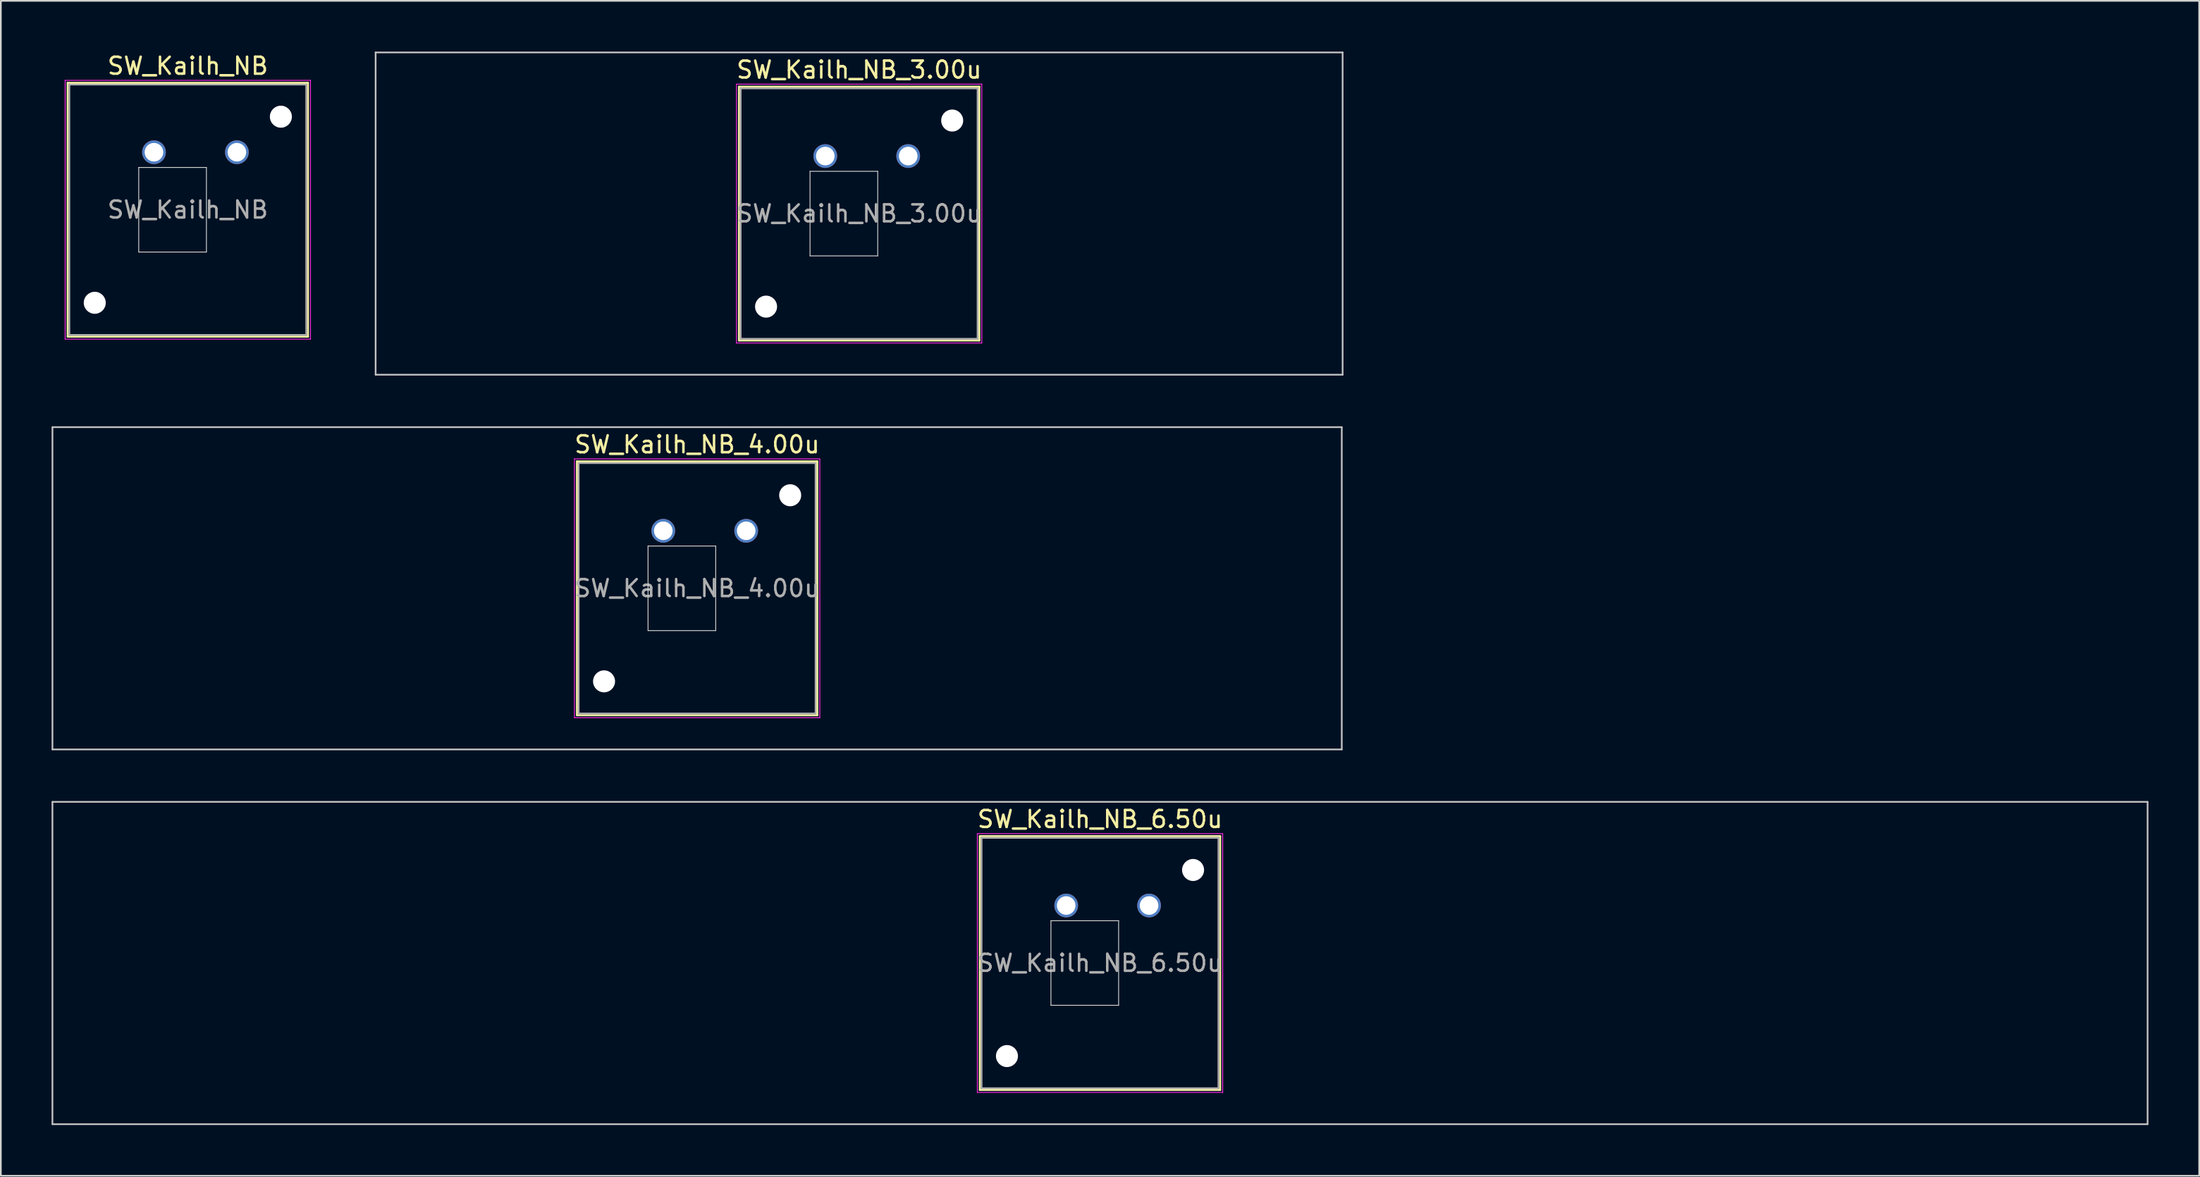
<source format=kicad_pcb>
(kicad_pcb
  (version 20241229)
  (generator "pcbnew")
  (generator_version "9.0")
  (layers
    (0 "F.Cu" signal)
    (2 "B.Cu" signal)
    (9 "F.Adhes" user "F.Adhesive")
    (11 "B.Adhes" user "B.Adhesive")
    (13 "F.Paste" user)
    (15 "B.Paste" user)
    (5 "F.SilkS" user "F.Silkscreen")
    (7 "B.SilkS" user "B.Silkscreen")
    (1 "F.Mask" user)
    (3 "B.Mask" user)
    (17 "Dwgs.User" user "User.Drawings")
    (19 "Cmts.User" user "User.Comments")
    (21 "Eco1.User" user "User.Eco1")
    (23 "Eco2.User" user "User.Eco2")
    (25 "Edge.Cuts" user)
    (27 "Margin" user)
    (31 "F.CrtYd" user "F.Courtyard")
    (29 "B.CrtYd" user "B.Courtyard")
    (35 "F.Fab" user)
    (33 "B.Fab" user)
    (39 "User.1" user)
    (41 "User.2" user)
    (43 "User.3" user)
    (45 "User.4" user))
  (footprint "SW_Kailh_NB"
    (layer "F.Cu")
    (at 8.05 9.348)
    (property "Reference" "SW_Kailh_NB" (at 0 -8.5 0) (layer "F.SilkS") (effects (font (size 1 1) (thickness 0.15))))
    (attr through_hole)
    (fp_line (start -7.1 -7.5) (end -7.1 7.5) (stroke (width 0.12) (type solid)) (layer "F.SilkS"))
    (fp_line (start -7.1 7.5) (end 7.1 7.5) (stroke (width 0.12) (type solid)) (layer "F.SilkS"))
    (fp_line (start 7.1 -7.5) (end -7.1 -7.5) (stroke (width 0.12) (type solid)) (layer "F.SilkS"))
    (fp_line (start 7.1 7.5) (end 7.1 -7.5) (stroke (width 0.12) (type solid)) (layer "F.SilkS"))
    (fp_line (start -8 -8) (end -8 8) (stroke (width 0.1) (type solid)) (layer "Eco1.User"))
    (fp_line (start -8 8) (end 8 8) (stroke (width 0.1) (type solid)) (layer "Eco1.User"))
    (fp_line (start 8 -8) (end -8 -8) (stroke (width 0.1) (type solid)) (layer "Eco1.User"))
    (fp_line (start 8 8) (end 8 -8) (stroke (width 0.1) (type solid)) (layer "Eco1.User"))
    (fp_line (start -2.9 -2.5) (end 1.1 -2.5) (stroke (width 0.05) (type solid)) (layer "Edge.Cuts"))
    (fp_line (start -2.9 2.5) (end -2.9 -2.5) (stroke (width 0.05) (type solid)) (layer "Edge.Cuts"))
    (fp_line (start 1.1 -2.5) (end 1.1 2.5) (stroke (width 0.05) (type solid)) (layer "Edge.Cuts"))
    (fp_line (start 1.1 2.5) (end -2.9 2.5) (stroke (width 0.05) (type solid)) (layer "Edge.Cuts"))
    (fp_line (start -7.25 -7.65) (end -7.25 7.65) (stroke (width 0.05) (type solid)) (layer "F.CrtYd"))
    (fp_line (start -7.25 7.65) (end 7.25 7.65) (stroke (width 0.05) (type solid)) (layer "F.CrtYd"))
    (fp_line (start 7.25 -7.65) (end -7.25 -7.65) (stroke (width 0.05) (type solid)) (layer "F.CrtYd"))
    (fp_line (start 7.25 7.65) (end 7.25 -7.65) (stroke (width 0.05) (type solid)) (layer "F.CrtYd"))
    (fp_line (start -7 -7.4) (end -7 7.4) (stroke (width 0.1) (type solid)) (layer "F.Fab"))
    (fp_line (start -7 7.4) (end 7 7.4) (stroke (width 0.1) (type solid)) (layer "F.Fab"))
    (fp_line (start 7 -7.4) (end -7 -7.4) (stroke (width 0.1) (type solid)) (layer "F.Fab"))
    (fp_line (start 7 7.4) (end 7 -7.4) (stroke (width 0.1) (type solid)) (layer "F.Fab"))
    (fp_text user "${REFERENCE}" (at 0 0 0) (layer "F.Fab") (effects (font (size 1 1) (thickness 0.15))))
    (pad "" np_thru_hole circle (at -5.5 5.5) (size 1.3 1.3) (drill 1.3) (layers "*.Cu" "*.Mask"))
    (pad "" np_thru_hole circle (at 5.5 -5.5) (size 1.3 1.3) (drill 1.3) (layers "*.Cu" "*.Mask"))
    (pad "1" thru_hole circle (at -2 -3.4) (size 1.4 1.4) (drill 1.1) (layers "*.Cu" "*.Mask"))
    (pad "2" thru_hole circle (at 2.9 -3.4) (size 1.4 1.4) (drill 1.1) (layers "*.Cu" "*.Mask")))
  (footprint "SW_Kailh_NB_3.00u"
    (layer "F.Cu")
    (at 47.725 9.575)
    (property "Reference" "SW_Kailh_NB_3.00u" (at 0 -8.5 0) (layer "F.SilkS") (effects (font (size 1 1) (thickness 0.15))))
    (attr through_hole)
    (fp_line (start -7.1 -7.5) (end -7.1 7.5) (stroke (width 0.12) (type solid)) (layer "F.SilkS"))
    (fp_line (start -7.1 7.5) (end 7.1 7.5) (stroke (width 0.12) (type solid)) (layer "F.SilkS"))
    (fp_line (start 7.1 -7.5) (end -7.1 -7.5) (stroke (width 0.12) (type solid)) (layer "F.SilkS"))
    (fp_line (start 7.1 7.5) (end 7.1 -7.5) (stroke (width 0.12) (type solid)) (layer "F.SilkS"))
    (fp_line (start -28.575 -9.525) (end -28.575 9.525) (stroke (width 0.1) (type solid)) (layer "Dwgs.User"))
    (fp_line (start -28.575 9.525) (end 28.575 9.525) (stroke (width 0.1) (type solid)) (layer "Dwgs.User"))
    (fp_line (start 28.575 -9.525) (end -28.575 -9.525) (stroke (width 0.1) (type solid)) (layer "Dwgs.User"))
    (fp_line (start 28.575 9.525) (end 28.575 -9.525) (stroke (width 0.1) (type solid)) (layer "Dwgs.User"))
    (fp_line (start -8 -8) (end -8 8) (stroke (width 0.1) (type solid)) (layer "Eco1.User"))
    (fp_line (start -8 8) (end 8 8) (stroke (width 0.1) (type solid)) (layer "Eco1.User"))
    (fp_line (start 8 -8) (end -8 -8) (stroke (width 0.1) (type solid)) (layer "Eco1.User"))
    (fp_line (start 8 8) (end 8 -8) (stroke (width 0.1) (type solid)) (layer "Eco1.User"))
    (fp_line (start -2.9 -2.5) (end 1.1 -2.5) (stroke (width 0.05) (type solid)) (layer "Edge.Cuts"))
    (fp_line (start -2.9 2.5) (end -2.9 -2.5) (stroke (width 0.05) (type solid)) (layer "Edge.Cuts"))
    (fp_line (start 1.1 -2.5) (end 1.1 2.5) (stroke (width 0.05) (type solid)) (layer "Edge.Cuts"))
    (fp_line (start 1.1 2.5) (end -2.9 2.5) (stroke (width 0.05) (type solid)) (layer "Edge.Cuts"))
    (fp_line (start -7.25 -7.65) (end -7.25 7.65) (stroke (width 0.05) (type solid)) (layer "F.CrtYd"))
    (fp_line (start -7.25 7.65) (end 7.25 7.65) (stroke (width 0.05) (type solid)) (layer "F.CrtYd"))
    (fp_line (start 7.25 -7.65) (end -7.25 -7.65) (stroke (width 0.05) (type solid)) (layer "F.CrtYd"))
    (fp_line (start 7.25 7.65) (end 7.25 -7.65) (stroke (width 0.05) (type solid)) (layer "F.CrtYd"))
    (fp_line (start -7 -7.4) (end -7 7.4) (stroke (width 0.1) (type solid)) (layer "F.Fab"))
    (fp_line (start -7 7.4) (end 7 7.4) (stroke (width 0.1) (type solid)) (layer "F.Fab"))
    (fp_line (start 7 -7.4) (end -7 -7.4) (stroke (width 0.1) (type solid)) (layer "F.Fab"))
    (fp_line (start 7 7.4) (end 7 -7.4) (stroke (width 0.1) (type solid)) (layer "F.Fab"))
    (fp_text user "${REFERENCE}" (at 0 0 0) (layer "F.Fab") (effects (font (size 1 1) (thickness 0.15))))
    (pad "" np_thru_hole circle (at -5.5 5.5) (size 1.3 1.3) (drill 1.3) (layers "*.Cu" "*.Mask"))
    (pad "" np_thru_hole circle (at 5.5 -5.5) (size 1.3 1.3) (drill 1.3) (layers "*.Cu" "*.Mask"))
    (pad "1" thru_hole circle (at -2 -3.4) (size 1.4 1.4) (drill 1.1) (layers "*.Cu" "*.Mask"))
    (pad "2" thru_hole circle (at 2.9 -3.4) (size 1.4 1.4) (drill 1.1) (layers "*.Cu" "*.Mask")))
  (footprint "SW_Kailh_NB_6.50u"
    (layer "F.Cu")
    (at 61.962 53.875)
    (property "Reference" "SW_Kailh_NB_6.50u" (at 0 -8.5 0) (layer "F.SilkS") (effects (font (size 1 1) (thickness 0.15))))
    (attr through_hole)
    (fp_line (start -7.1 -7.5) (end -7.1 7.5) (stroke (width 0.12) (type solid)) (layer "F.SilkS"))
    (fp_line (start -7.1 7.5) (end 7.1 7.5) (stroke (width 0.12) (type solid)) (layer "F.SilkS"))
    (fp_line (start 7.1 -7.5) (end -7.1 -7.5) (stroke (width 0.12) (type solid)) (layer "F.SilkS"))
    (fp_line (start 7.1 7.5) (end 7.1 -7.5) (stroke (width 0.12) (type solid)) (layer "F.SilkS"))
    (fp_line (start -61.913 -9.525) (end -61.913 9.525) (stroke (width 0.1) (type solid)) (layer "Dwgs.User"))
    (fp_line (start -61.913 9.525) (end 61.913 9.525) (stroke (width 0.1) (type solid)) (layer "Dwgs.User"))
    (fp_line (start 61.913 -9.525) (end -61.913 -9.525) (stroke (width 0.1) (type solid)) (layer "Dwgs.User"))
    (fp_line (start 61.913 9.525) (end 61.913 -9.525) (stroke (width 0.1) (type solid)) (layer "Dwgs.User"))
    (fp_line (start -8 -8) (end -8 8) (stroke (width 0.1) (type solid)) (layer "Eco1.User"))
    (fp_line (start -8 8) (end 8 8) (stroke (width 0.1) (type solid)) (layer "Eco1.User"))
    (fp_line (start 8 -8) (end -8 -8) (stroke (width 0.1) (type solid)) (layer "Eco1.User"))
    (fp_line (start 8 8) (end 8 -8) (stroke (width 0.1) (type solid)) (layer "Eco1.User"))
    (fp_line (start -2.9 -2.5) (end 1.1 -2.5) (stroke (width 0.05) (type solid)) (layer "Edge.Cuts"))
    (fp_line (start -2.9 2.5) (end -2.9 -2.5) (stroke (width 0.05) (type solid)) (layer "Edge.Cuts"))
    (fp_line (start 1.1 -2.5) (end 1.1 2.5) (stroke (width 0.05) (type solid)) (layer "Edge.Cuts"))
    (fp_line (start 1.1 2.5) (end -2.9 2.5) (stroke (width 0.05) (type solid)) (layer "Edge.Cuts"))
    (fp_line (start -7.25 -7.65) (end -7.25 7.65) (stroke (width 0.05) (type solid)) (layer "F.CrtYd"))
    (fp_line (start -7.25 7.65) (end 7.25 7.65) (stroke (width 0.05) (type solid)) (layer "F.CrtYd"))
    (fp_line (start 7.25 -7.65) (end -7.25 -7.65) (stroke (width 0.05) (type solid)) (layer "F.CrtYd"))
    (fp_line (start 7.25 7.65) (end 7.25 -7.65) (stroke (width 0.05) (type solid)) (layer "F.CrtYd"))
    (fp_line (start -7 -7.4) (end -7 7.4) (stroke (width 0.1) (type solid)) (layer "F.Fab"))
    (fp_line (start -7 7.4) (end 7 7.4) (stroke (width 0.1) (type solid)) (layer "F.Fab"))
    (fp_line (start 7 -7.4) (end -7 -7.4) (stroke (width 0.1) (type solid)) (layer "F.Fab"))
    (fp_line (start 7 7.4) (end 7 -7.4) (stroke (width 0.1) (type solid)) (layer "F.Fab"))
    (fp_text user "${REFERENCE}" (at 0 0 0) (layer "F.Fab") (effects (font (size 1 1) (thickness 0.15))))
    (pad "" np_thru_hole circle (at -5.5 5.5) (size 1.3 1.3) (drill 1.3) (layers "*.Cu" "*.Mask"))
    (pad "" np_thru_hole circle (at 5.5 -5.5) (size 1.3 1.3) (drill 1.3) (layers "*.Cu" "*.Mask"))
    (pad "1" thru_hole circle (at -2 -3.4) (size 1.4 1.4) (drill 1.1) (layers "*.Cu" "*.Mask"))
    (pad "2" thru_hole circle (at 2.9 -3.4) (size 1.4 1.4) (drill 1.1) (layers "*.Cu" "*.Mask")))
  (footprint "SW_Kailh_NB_4.00u"
    (layer "F.Cu")
    (at 38.15 31.725)
    (property "Reference" "SW_Kailh_NB_4.00u" (at 0 -8.5 0) (layer "F.SilkS") (effects (font (size 1 1) (thickness 0.15))))
    (attr through_hole)
    (fp_line (start -7.1 -7.5) (end -7.1 7.5) (stroke (width 0.12) (type solid)) (layer "F.SilkS"))
    (fp_line (start -7.1 7.5) (end 7.1 7.5) (stroke (width 0.12) (type solid)) (layer "F.SilkS"))
    (fp_line (start 7.1 -7.5) (end -7.1 -7.5) (stroke (width 0.12) (type solid)) (layer "F.SilkS"))
    (fp_line (start 7.1 7.5) (end 7.1 -7.5) (stroke (width 0.12) (type solid)) (layer "F.SilkS"))
    (fp_line (start -38.1 -9.525) (end -38.1 9.525) (stroke (width 0.1) (type solid)) (layer "Dwgs.User"))
    (fp_line (start -38.1 9.525) (end 38.1 9.525) (stroke (width 0.1) (type solid)) (layer "Dwgs.User"))
    (fp_line (start 38.1 -9.525) (end -38.1 -9.525) (stroke (width 0.1) (type solid)) (layer "Dwgs.User"))
    (fp_line (start 38.1 9.525) (end 38.1 -9.525) (stroke (width 0.1) (type solid)) (layer "Dwgs.User"))
    (fp_line (start -8 -8) (end -8 8) (stroke (width 0.1) (type solid)) (layer "Eco1.User"))
    (fp_line (start -8 8) (end 8 8) (stroke (width 0.1) (type solid)) (layer "Eco1.User"))
    (fp_line (start 8 -8) (end -8 -8) (stroke (width 0.1) (type solid)) (layer "Eco1.User"))
    (fp_line (start 8 8) (end 8 -8) (stroke (width 0.1) (type solid)) (layer "Eco1.User"))
    (fp_line (start -2.9 -2.5) (end 1.1 -2.5) (stroke (width 0.05) (type solid)) (layer "Edge.Cuts"))
    (fp_line (start -2.9 2.5) (end -2.9 -2.5) (stroke (width 0.05) (type solid)) (layer "Edge.Cuts"))
    (fp_line (start 1.1 -2.5) (end 1.1 2.5) (stroke (width 0.05) (type solid)) (layer "Edge.Cuts"))
    (fp_line (start 1.1 2.5) (end -2.9 2.5) (stroke (width 0.05) (type solid)) (layer "Edge.Cuts"))
    (fp_line (start -7.25 -7.65) (end -7.25 7.65) (stroke (width 0.05) (type solid)) (layer "F.CrtYd"))
    (fp_line (start -7.25 7.65) (end 7.25 7.65) (stroke (width 0.05) (type solid)) (layer "F.CrtYd"))
    (fp_line (start 7.25 -7.65) (end -7.25 -7.65) (stroke (width 0.05) (type solid)) (layer "F.CrtYd"))
    (fp_line (start 7.25 7.65) (end 7.25 -7.65) (stroke (width 0.05) (type solid)) (layer "F.CrtYd"))
    (fp_line (start -7 -7.4) (end -7 7.4) (stroke (width 0.1) (type solid)) (layer "F.Fab"))
    (fp_line (start -7 7.4) (end 7 7.4) (stroke (width 0.1) (type solid)) (layer "F.Fab"))
    (fp_line (start 7 -7.4) (end -7 -7.4) (stroke (width 0.1) (type solid)) (layer "F.Fab"))
    (fp_line (start 7 7.4) (end 7 -7.4) (stroke (width 0.1) (type solid)) (layer "F.Fab"))
    (fp_text user "${REFERENCE}" (at 0 0 0) (layer "F.Fab") (effects (font (size 1 1) (thickness 0.15))))
    (pad "" np_thru_hole circle (at -5.5 5.5) (size 1.3 1.3) (drill 1.3) (layers "*.Cu" "*.Mask"))
    (pad "" np_thru_hole circle (at 5.5 -5.5) (size 1.3 1.3) (drill 1.3) (layers "*.Cu" "*.Mask"))
    (pad "1" thru_hole circle (at -2 -3.4) (size 1.4 1.4) (drill 1.1) (layers "*.Cu" "*.Mask"))
    (pad "2" thru_hole circle (at 2.9 -3.4) (size 1.4 1.4) (drill 1.1) (layers "*.Cu" "*.Mask")))
  (gr_rect
    (start -3 -3)
    (end 126.925 66.45)
    (stroke (width 0.1) (type default))
    (fill no)
    (layer "Edge.Cuts")))
</source>
